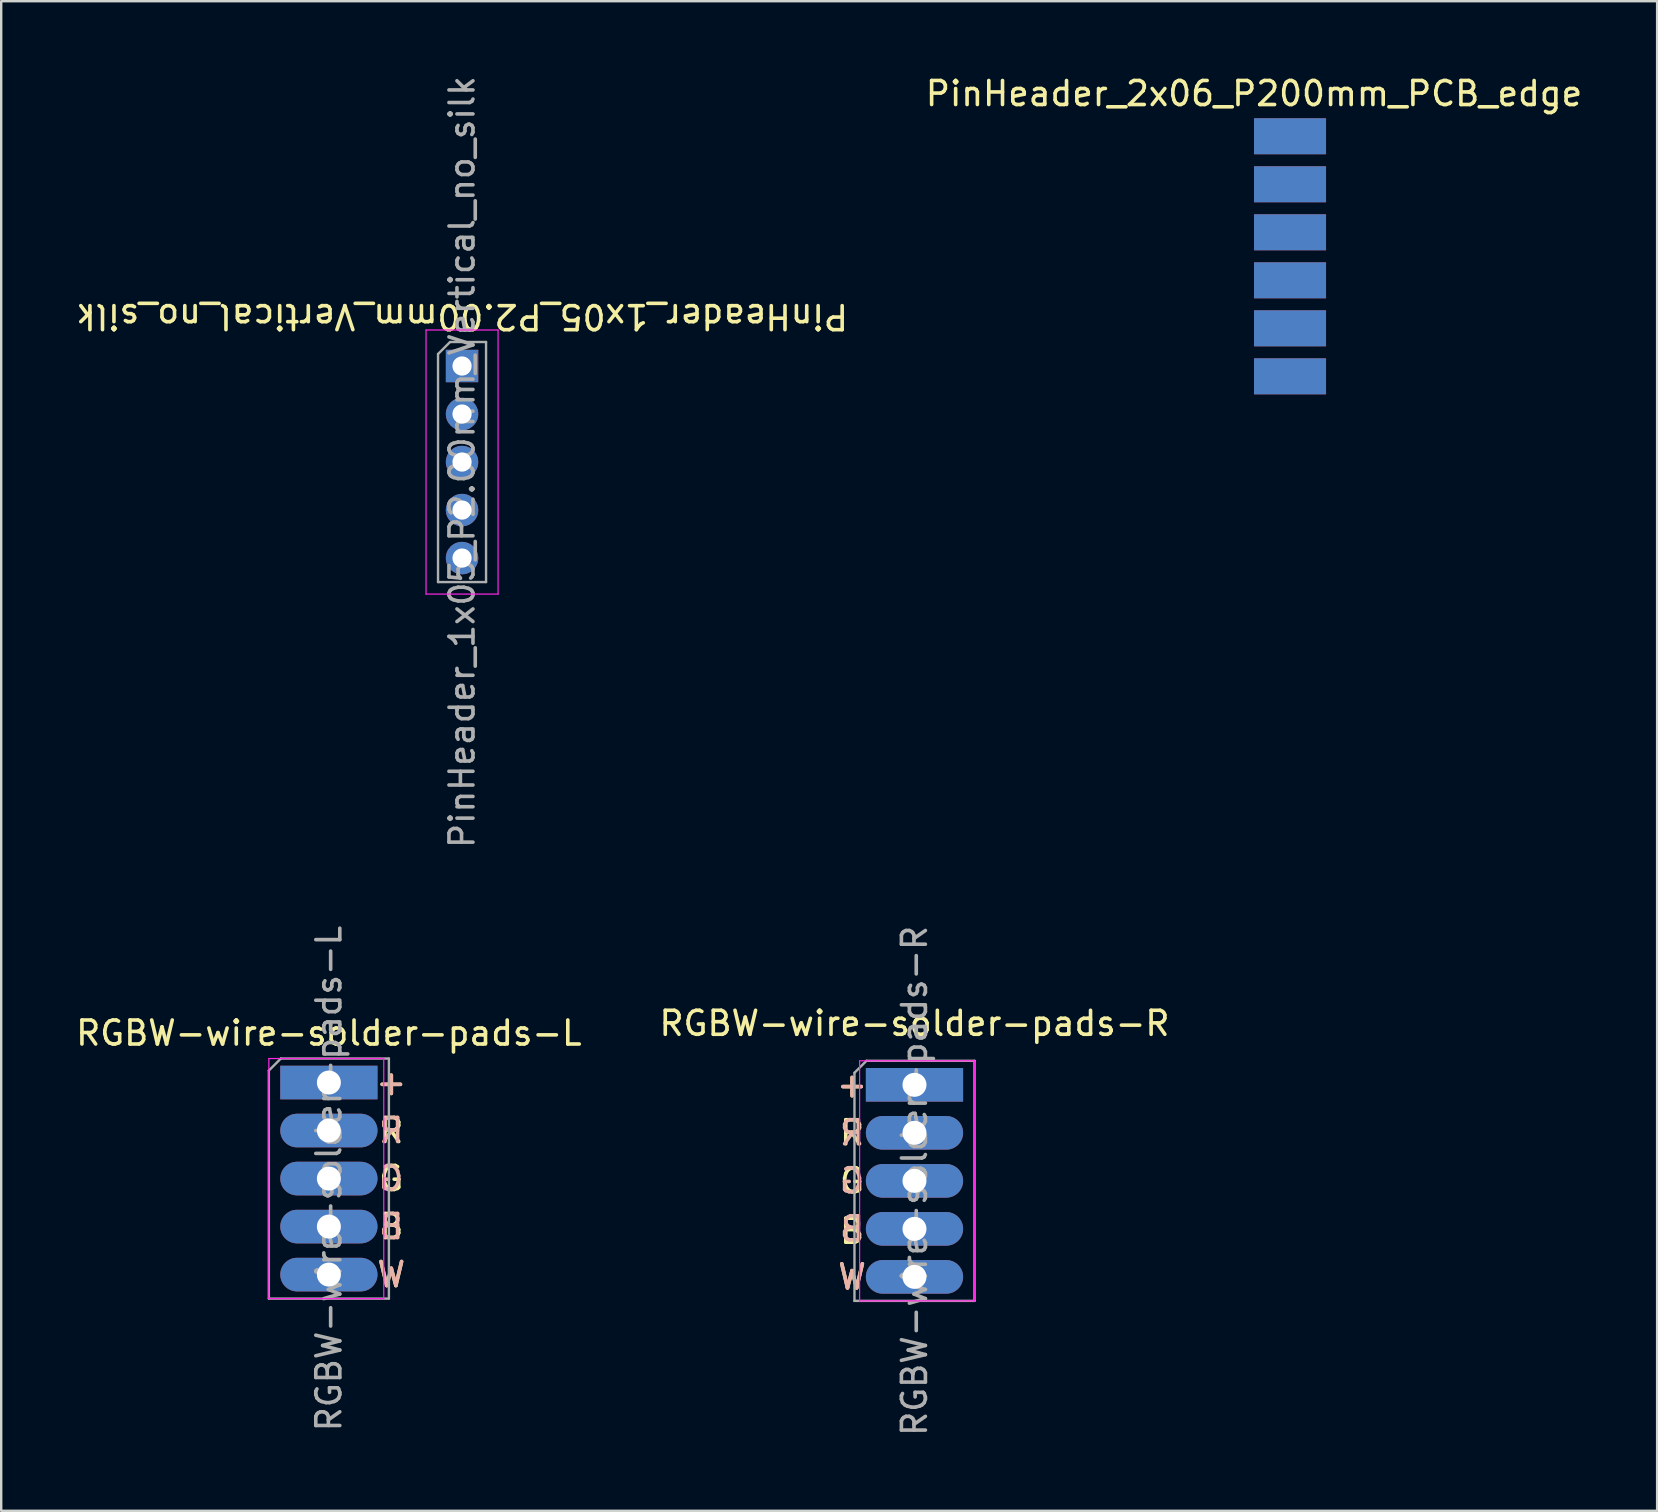
<source format=kicad_pcb>
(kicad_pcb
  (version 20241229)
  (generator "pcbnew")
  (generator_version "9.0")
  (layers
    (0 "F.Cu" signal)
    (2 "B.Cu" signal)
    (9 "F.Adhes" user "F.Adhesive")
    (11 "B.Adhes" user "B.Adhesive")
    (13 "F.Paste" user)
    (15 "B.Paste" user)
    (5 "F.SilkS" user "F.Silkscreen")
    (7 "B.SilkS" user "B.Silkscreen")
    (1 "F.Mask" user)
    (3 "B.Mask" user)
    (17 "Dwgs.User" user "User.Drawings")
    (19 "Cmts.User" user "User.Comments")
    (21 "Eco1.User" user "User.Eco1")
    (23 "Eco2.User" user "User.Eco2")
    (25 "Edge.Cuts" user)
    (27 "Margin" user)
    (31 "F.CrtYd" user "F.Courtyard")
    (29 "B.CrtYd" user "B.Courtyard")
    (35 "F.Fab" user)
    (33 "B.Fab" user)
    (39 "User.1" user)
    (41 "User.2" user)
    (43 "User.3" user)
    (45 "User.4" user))
  (footprint "RGBW-wire-solder-pads-R"
    (layer "F.Cu")
    (at 35.042 42.137)
    (property "Reference" "RGBW-wire-solder-pads-R" (at 0 -2.56 0) (layer "F.SilkS") (effects (font (size 1 1) (thickness 0.15))))
    (attr through_hole)
    (fp_line (start -2.286 -1) (end -2.286 9) (stroke (width 0.05) (type solid)) (layer "F.CrtYd"))
    (fp_line (start -2.286 9) (end 2.5 9) (stroke (width 0.05) (type solid)) (layer "F.CrtYd"))
    (fp_line (start 2.5 -1) (end -2.286 -1) (stroke (width 0.05) (type solid)) (layer "F.CrtYd"))
    (fp_line (start 2.5 9) (end 2.5 -1) (stroke (width 0.05) (type solid)) (layer "F.CrtYd"))
    (fp_line (start -2.5 -0.5) (end -2 -1) (stroke (width 0.1) (type solid)) (layer "F.Fab"))
    (fp_line (start -2.5 9) (end -2.5 -0.5) (stroke (width 0.1) (type solid)) (layer "F.Fab"))
    (fp_line (start -2 -1) (end 2.5 -1) (stroke (width 0.1) (type solid)) (layer "F.Fab"))
    (fp_line (start 2.5 -1) (end 2.5 9) (stroke (width 0.1) (type solid)) (layer "F.Fab"))
    (fp_line (start 2.5 9) (end -2.5 9) (stroke (width 0.1) (type solid)) (layer "F.Fab"))
    (fp_text user "B" (at -2.6 6.1 0) (layer "F.SilkS") (effects (font (size 1 1) (thickness 0.15))))
    (fp_text user "R" (at -2.6 2 0) (layer "F.SilkS") (effects (font (size 1 1) (thickness 0.15))))
    (fp_text user "G" (at -2.6 4 0) (layer "F.SilkS") (effects (font (size 1 1) (thickness 0.15))))
    (fp_text user "+" (at -2.6 0 0) (layer "F.SilkS") (effects (font (size 1 1) (thickness 0.15))))
    (fp_text user "W" (at -2.6 8 0) (layer "F.SilkS") (effects (font (size 1 1) (thickness 0.15))))
    (fp_text user "G" (at -2.6 4 0) (layer "B.SilkS") (effects (font (size 1 1) (thickness 0.15)) (justify mirror)))
    (fp_text user "B" (at -2.6 6 0) (layer "B.SilkS") (effects (font (size 1 1) (thickness 0.15)) (justify mirror)))
    (fp_text user "R" (at -2.6 2 0) (layer "B.SilkS") (effects (font (size 1 1) (thickness 0.15)) (justify mirror)))
    (fp_text user "+" (at -2.6 0 0) (layer "B.SilkS") (effects (font (size 1 1) (thickness 0.15)) (justify mirror)))
    (fp_text user "W" (at -2.6 8 0) (layer "B.SilkS") (effects (font (size 1 1) (thickness 0.15)) (justify mirror)))
    (fp_text user "${REFERENCE}" (at 0 4 90) (layer "F.Fab") (effects (font (size 1 1) (thickness 0.15))))
    (pad "+" thru_hole rect (at 0 0) (size 4.05 1.4) (drill 1) (layers "*.Cu" "*.Mask"))
    (pad "B" thru_hole oval (at 0 6) (size 4.05 1.4) (drill 1) (layers "*.Cu" "*.Mask"))
    (pad "G" thru_hole oval (at 0 4) (size 4.05 1.4) (drill 1) (layers "*.Cu" "*.Mask"))
    (pad "R" thru_hole oval (at 0 2) (size 4.05 1.4) (drill 1) (layers "*.Cu" "*.Mask"))
    (pad "W" thru_hole oval (at 0 8) (size 4.05 1.4) (drill 1) (layers "*.Cu" "*.Mask")))
  (footprint "PinHeader_1x05_P2.00mm_Vertical_no_silk"
    (layer "F.Cu")
    (at 16.196 12.196)
    (property "Reference" "PinHeader_1x05_P2.00mm_Vertical_no_silk" (at 0 -2.06 180) (unlocked yes) (layer "F.SilkS") (effects (font (size 1 1) (thickness 0.15))))
    (attr through_hole)
    (fp_line (start -1.5 -1.5) (end -1.5 9.5) (stroke (width 0.05) (type solid)) (layer "F.CrtYd"))
    (fp_line (start -1.5 9.5) (end 1.5 9.5) (stroke (width 0.05) (type solid)) (layer "F.CrtYd"))
    (fp_line (start 1.5 -1.5) (end -1.5 -1.5) (stroke (width 0.05) (type solid)) (layer "F.CrtYd"))
    (fp_line (start 1.5 9.5) (end 1.5 -1.5) (stroke (width 0.05) (type solid)) (layer "F.CrtYd"))
    (fp_line (start -1 -0.5) (end -0.5 -1) (stroke (width 0.1) (type solid)) (layer "F.Fab"))
    (fp_line (start -1 9) (end -1 -0.5) (stroke (width 0.1) (type solid)) (layer "F.Fab"))
    (fp_line (start -0.5 -1) (end 1 -1) (stroke (width 0.1) (type solid)) (layer "F.Fab"))
    (fp_line (start 1 -1) (end 1 9) (stroke (width 0.1) (type solid)) (layer "F.Fab"))
    (fp_line (start 1 9) (end -1 9) (stroke (width 0.1) (type solid)) (layer "F.Fab"))
    (fp_text user "${REFERENCE}" (at 0 4 90) (layer "F.Fab") (effects (font (size 1 1) (thickness 0.15))))
    (pad "1" thru_hole rect (at 0 0) (size 1.35 1.35) (drill 0.8) (layers "*.Cu" "*.Mask"))
    (pad "2" thru_hole oval (at 0 2) (size 1.35 1.35) (drill 0.8) (layers "*.Cu" "*.Mask"))
    (pad "3" thru_hole oval (at 0 4) (size 1.35 1.35) (drill 0.8) (layers "*.Cu" "*.Mask"))
    (pad "4" thru_hole oval (at 0 6) (size 1.35 1.35) (drill 0.8) (layers "*.Cu" "*.Mask"))
    (pad "5" thru_hole oval (at 0 8) (size 1.35 1.35) (drill 0.8) (layers "*.Cu" "*.Mask")))
  (footprint "RGBW-wire-solder-pads-L"
    (layer "F.Cu")
    (at 10.649 42.042)
    (property "Reference" "RGBW-wire-solder-pads-L" (at 0 -2.06 0) (layer "F.SilkS") (effects (font (size 1 1) (thickness 0.15))))
    (attr through_hole)
    (fp_line (start -2.5 -1) (end -2.5 9) (stroke (width 0.05) (type solid)) (layer "F.CrtYd"))
    (fp_line (start -2.5 9) (end 2.286 9) (stroke (width 0.05) (type solid)) (layer "F.CrtYd"))
    (fp_line (start 2.286 -1) (end -2.5 -1) (stroke (width 0.05) (type solid)) (layer "F.CrtYd"))
    (fp_line (start 2.286 9) (end 2.286 -1) (stroke (width 0.05) (type solid)) (layer "F.CrtYd"))
    (fp_line (start -2.5 -0.5) (end -2 -1) (stroke (width 0.1) (type solid)) (layer "F.Fab"))
    (fp_line (start -2.5 9) (end -2.5 -0.5) (stroke (width 0.1) (type solid)) (layer "F.Fab"))
    (fp_line (start -2 -1) (end 2.5 -1) (stroke (width 0.1) (type solid)) (layer "F.Fab"))
    (fp_line (start 2.5 -1) (end 2.5 9) (stroke (width 0.1) (type solid)) (layer "F.Fab"))
    (fp_line (start 2.5 9) (end -2.5 9) (stroke (width 0.1) (type solid)) (layer "F.Fab"))
    (fp_text user "W" (at 2.6 8 0) (layer "F.SilkS") (effects (font (size 1 1) (thickness 0.15))))
    (fp_text user "G" (at 2.6 4 0) (layer "F.SilkS") (effects (font (size 1 1) (thickness 0.15))))
    (fp_text user "+" (at 2.6 0 0) (layer "F.SilkS") (effects (font (size 1 1) (thickness 0.15))))
    (fp_text user "B" (at 2.6 6 0) (layer "F.SilkS") (effects (font (size 1 1) (thickness 0.15))))
    (fp_text user "R" (at 2.6 2 0) (layer "F.SilkS") (effects (font (size 1 1) (thickness 0.15))))
    (fp_text user "B" (at 2.6 6 0) (layer "B.SilkS") (effects (font (size 1 1) (thickness 0.15)) (justify mirror)))
    (fp_text user "G" (at 2.6 4 0) (layer "B.SilkS") (effects (font (size 1 1) (thickness 0.15)) (justify mirror)))
    (fp_text user "W" (at 2.6 8 0) (layer "B.SilkS") (effects (font (size 1 1) (thickness 0.15)) (justify mirror)))
    (fp_text user "+" (at 2.6 0 0) (layer "B.SilkS") (effects (font (size 1 1) (thickness 0.15)) (justify mirror)))
    (fp_text user "R" (at 2.6 2 0) (layer "B.SilkS") (effects (font (size 1 1) (thickness 0.15)) (justify mirror)))
    (fp_text user "${REFERENCE}" (at 0 4 90) (layer "F.Fab") (effects (font (size 1 1) (thickness 0.15))))
    (pad "+" thru_hole rect (at 0 0) (size 4.05 1.4) (drill 1) (layers "*.Cu" "*.Mask"))
    (pad "B" thru_hole oval (at 0 6) (size 4.05 1.4) (drill 1) (layers "*.Cu" "*.Mask"))
    (pad "G" thru_hole oval (at 0 4) (size 4.05 1.4) (drill 1) (layers "*.Cu" "*.Mask"))
    (pad "R" thru_hole oval (at 0 2) (size 4.05 1.4) (drill 1) (layers "*.Cu" "*.Mask"))
    (pad "W" thru_hole oval (at 0 8) (size 4.05 1.4) (drill 1) (layers "*.Cu" "*.Mask")))
  (footprint "PinHeader_2x06_P200mm_PCB_edge"
    (layer "F.Cu")
    (at 49.185 2.626)
    (property "Reference" "PinHeader_2x06_P200mm_PCB_edge" (at 0 -1.778 0) (layer "F.SilkS") (effects (font (size 1 1) (thickness 0.15))))
    (attr through_hole)
    (pad "1" smd rect (at 1.5 0) (size 3 1.5) (layers "B.Cu" "B.Mask"))
    (pad "2" smd rect (at 1.5 0) (size 3 1.5) (layers "F.Cu" "F.Mask"))
    (pad "3" smd rect (at 1.5 2) (size 3 1.5) (layers "B.Cu" "B.Mask"))
    (pad "4" smd rect (at 1.5 2) (size 3 1.5) (layers "F.Cu" "F.Mask"))
    (pad "5" smd rect (at 1.5 4) (size 3 1.5) (layers "B.Cu" "B.Mask"))
    (pad "6" smd rect (at 1.5 4) (size 3 1.5) (layers "F.Cu" "F.Mask"))
    (pad "7" smd rect (at 1.5 6) (size 3 1.5) (layers "B.Cu" "B.Mask"))
    (pad "8" smd rect (at 1.5 6) (size 3 1.5) (layers "F.Cu" "F.Mask"))
    (pad "9" smd rect (at 1.5 8) (size 3 1.5) (layers "B.Cu" "B.Mask"))
    (pad "10" smd rect (at 1.5 8) (size 3 1.5) (layers "F.Cu" "F.Mask"))
    (pad "11" smd rect (at 1.5 10) (size 3 1.5) (layers "B.Cu" "B.Mask"))
    (pad "12" smd rect (at 1.5 10) (size 3 1.5) (layers "F.Cu" "F.Mask")))
  (gr_rect
    (start -3 -3)
    (end 65.976 59.881)
    (stroke (width 0.1) (type default))
    (fill no)
    (layer "Edge.Cuts")))
</source>
